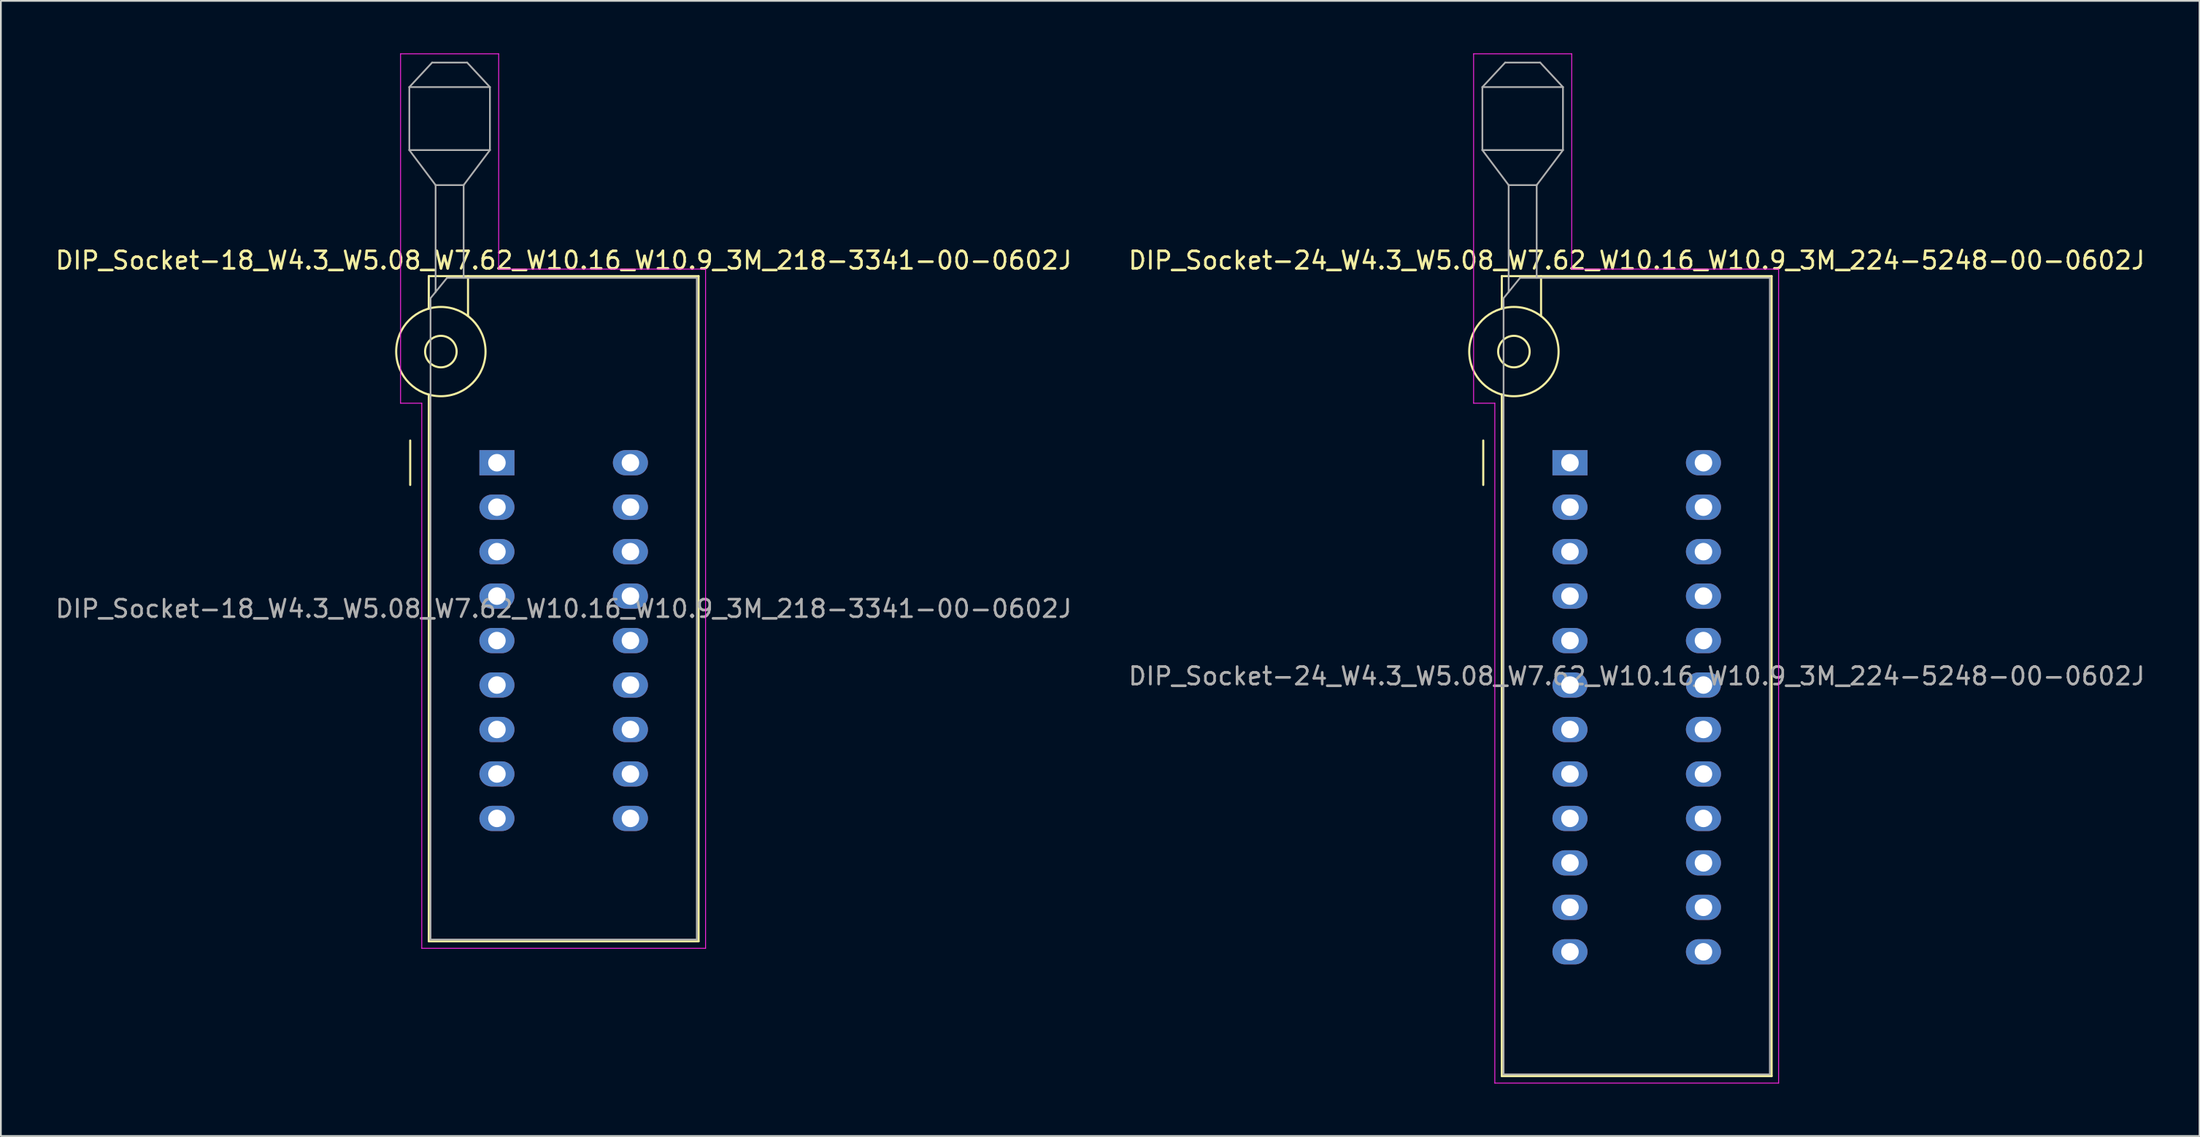
<source format=kicad_pcb>
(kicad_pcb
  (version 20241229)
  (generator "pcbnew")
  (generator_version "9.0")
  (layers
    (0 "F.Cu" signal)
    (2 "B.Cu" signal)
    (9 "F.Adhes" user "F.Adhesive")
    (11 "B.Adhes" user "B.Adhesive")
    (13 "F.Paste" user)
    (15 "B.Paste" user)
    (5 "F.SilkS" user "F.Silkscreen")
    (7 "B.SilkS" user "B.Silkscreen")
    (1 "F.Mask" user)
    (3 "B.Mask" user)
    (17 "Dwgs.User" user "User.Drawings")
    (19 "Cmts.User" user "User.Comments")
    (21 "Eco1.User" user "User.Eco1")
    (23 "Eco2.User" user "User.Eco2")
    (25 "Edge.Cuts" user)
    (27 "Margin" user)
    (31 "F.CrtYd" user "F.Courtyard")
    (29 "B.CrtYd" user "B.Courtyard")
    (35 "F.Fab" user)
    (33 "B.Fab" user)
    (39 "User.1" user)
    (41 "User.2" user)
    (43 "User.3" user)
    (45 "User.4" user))
  (footprint "DIP_Socket-24_W4.3_W5.08_W7.62_W10.16_W10.9_3M_224-5248-00-0602J"
    (layer "F.Cu")
    (at 86.565 23.385)
    (property "Reference" "DIP_Socket-24_W4.3_W5.08_W7.62_W10.16_W10.9_3M_224-5248-00-0602J" (at 3.81 -11.56 0) (layer "F.SilkS") (effects (font (size 1 1) (thickness 0.15))))
    (attr through_hole)
    (fp_line (start -4.95 1.27) (end -4.95 -1.27) (stroke (width 0.12) (type solid)) (layer "F.SilkS"))
    (fp_line (start -3.89 -10.66) (end -3.89 -8.8) (stroke (width 0.12) (type solid)) (layer "F.SilkS"))
    (fp_line (start -3.89 -3.9) (end -3.89 35.04) (stroke (width 0.12) (type solid)) (layer "F.SilkS"))
    (fp_line (start -3.89 35.04) (end 11.51 35.04) (stroke (width 0.12) (type solid)) (layer "F.SilkS"))
    (fp_line (start -1.65 -10.66) (end -1.65 -8.4) (stroke (width 0.12) (type solid)) (layer "F.SilkS"))
    (fp_line (start 11.51 -10.66) (end -3.89 -10.66) (stroke (width 0.12) (type solid)) (layer "F.SilkS"))
    (fp_line (start 11.51 35.04) (end 11.51 -10.66) (stroke (width 0.12) (type solid)) (layer "F.SilkS"))
    (fp_circle (center -3.2 -6.35) (end -2.3 -6.35) (stroke (width 0.12) (type solid)) (fill no) (layer "F.SilkS"))
    (fp_circle (center -3.2 -6.35) (end -0.65 -6.35) (stroke (width 0.12) (type solid)) (fill no) (layer "F.SilkS"))
    (fp_line (start -5.5 -23.36) (end 0.1 -23.36) (stroke (width 0.05) (type solid)) (layer "F.CrtYd"))
    (fp_line (start -5.5 -3.4) (end -5.5 -23.36) (stroke (width 0.05) (type solid)) (layer "F.CrtYd"))
    (fp_line (start -4.29 -3.4) (end -5.5 -3.4) (stroke (width 0.05) (type solid)) (layer "F.CrtYd"))
    (fp_line (start -4.29 35.44) (end -4.29 -3.4) (stroke (width 0.05) (type solid)) (layer "F.CrtYd"))
    (fp_line (start 0.1 -23.36) (end 0.1 -11.06) (stroke (width 0.05) (type solid)) (layer "F.CrtYd"))
    (fp_line (start 0.1 -11.06) (end 11.91 -11.06) (stroke (width 0.05) (type solid)) (layer "F.CrtYd"))
    (fp_line (start 11.91 -11.06) (end 11.91 35.44) (stroke (width 0.05) (type solid)) (layer "F.CrtYd"))
    (fp_line (start 11.91 35.44) (end -4.29 35.44) (stroke (width 0.05) (type solid)) (layer "F.CrtYd"))
    (fp_line (start -5 -21.46) (end -5 -17.86) (stroke (width 0.1) (type solid)) (layer "F.Fab"))
    (fp_line (start -5 -21.46) (end -3.7 -22.86) (stroke (width 0.1) (type solid)) (layer "F.Fab"))
    (fp_line (start -5 -17.86) (end -3.5 -15.86) (stroke (width 0.1) (type solid)) (layer "F.Fab"))
    (fp_line (start -5 -17.86) (end -0.4 -17.86) (stroke (width 0.1) (type solid)) (layer "F.Fab"))
    (fp_line (start -3.79 -9.4) (end -2.85 -10.56) (stroke (width 0.1) (type solid)) (layer "F.Fab"))
    (fp_line (start -3.79 34.94) (end -3.79 -9.4) (stroke (width 0.1) (type solid)) (layer "F.Fab"))
    (fp_line (start -3.7 -22.86) (end -1.7 -22.86) (stroke (width 0.1) (type solid)) (layer "F.Fab"))
    (fp_line (start -3.5 -15.86) (end -1.9 -15.86) (stroke (width 0.1) (type solid)) (layer "F.Fab"))
    (fp_line (start -3.5 -9.75) (end -3.5 -15.86) (stroke (width 0.1) (type solid)) (layer "F.Fab"))
    (fp_line (start -2.85 -10.56) (end 11.41 -10.56) (stroke (width 0.1) (type solid)) (layer "F.Fab"))
    (fp_line (start -1.9 -15.86) (end -1.9 -10.56) (stroke (width 0.1) (type solid)) (layer "F.Fab"))
    (fp_line (start -1.7 -22.86) (end -0.4 -21.46) (stroke (width 0.1) (type solid)) (layer "F.Fab"))
    (fp_line (start -0.4 -21.46) (end -5 -21.46) (stroke (width 0.1) (type solid)) (layer "F.Fab"))
    (fp_line (start -0.4 -17.86) (end -1.9 -15.86) (stroke (width 0.1) (type solid)) (layer "F.Fab"))
    (fp_line (start -0.4 -17.86) (end -0.4 -21.46) (stroke (width 0.1) (type solid)) (layer "F.Fab"))
    (fp_line (start 11.41 -10.56) (end 11.41 34.94) (stroke (width 0.1) (type solid)) (layer "F.Fab"))
    (fp_line (start 11.41 34.94) (end -3.79 34.94) (stroke (width 0.1) (type solid)) (layer "F.Fab"))
    (fp_text user "${REFERENCE}" (at 3.81 12.19 0) (layer "F.Fab") (effects (font (size 1 1) (thickness 0.15))))
    (pad "1" thru_hole rect (at 0 0) (size 2 1.44) (drill 1) (layers "*.Cu" "*.Mask"))
    (pad "2" thru_hole oval (at 0 2.54) (size 2 1.44) (drill 1) (layers "*.Cu" "*.Mask"))
    (pad "3" thru_hole oval (at 0 5.08) (size 2 1.44) (drill 1) (layers "*.Cu" "*.Mask"))
    (pad "4" thru_hole oval (at 0 7.62) (size 2 1.44) (drill 1) (layers "*.Cu" "*.Mask"))
    (pad "5" thru_hole oval (at 0 10.16) (size 2 1.44) (drill 1) (layers "*.Cu" "*.Mask"))
    (pad "6" thru_hole oval (at 0 12.7) (size 2 1.44) (drill 1) (layers "*.Cu" "*.Mask"))
    (pad "7" thru_hole oval (at 0 15.24) (size 2 1.44) (drill 1) (layers "*.Cu" "*.Mask"))
    (pad "8" thru_hole oval (at 0 17.78) (size 2 1.44) (drill 1) (layers "*.Cu" "*.Mask"))
    (pad "9" thru_hole oval (at 0 20.32) (size 2 1.44) (drill 1) (layers "*.Cu" "*.Mask"))
    (pad "10" thru_hole oval (at 0 22.86) (size 2 1.44) (drill 1) (layers "*.Cu" "*.Mask"))
    (pad "11" thru_hole oval (at 0 25.4) (size 2 1.44) (drill 1) (layers "*.Cu" "*.Mask"))
    (pad "12" thru_hole oval (at 0 27.94) (size 2 1.44) (drill 1) (layers "*.Cu" "*.Mask"))
    (pad "13" thru_hole oval (at 7.62 27.94) (size 2 1.44) (drill 1) (layers "*.Cu" "*.Mask"))
    (pad "14" thru_hole oval (at 7.62 25.4) (size 2 1.44) (drill 1) (layers "*.Cu" "*.Mask"))
    (pad "15" thru_hole oval (at 7.62 22.86) (size 2 1.44) (drill 1) (layers "*.Cu" "*.Mask"))
    (pad "16" thru_hole oval (at 7.62 20.32) (size 2 1.44) (drill 1) (layers "*.Cu" "*.Mask"))
    (pad "17" thru_hole oval (at 7.62 17.78) (size 2 1.44) (drill 1) (layers "*.Cu" "*.Mask"))
    (pad "18" thru_hole oval (at 7.62 15.24) (size 2 1.44) (drill 1) (layers "*.Cu" "*.Mask"))
    (pad "19" thru_hole oval (at 7.62 12.7) (size 2 1.44) (drill 1) (layers "*.Cu" "*.Mask"))
    (pad "20" thru_hole oval (at 7.62 10.16) (size 2 1.44) (drill 1) (layers "*.Cu" "*.Mask"))
    (pad "21" thru_hole oval (at 7.62 7.62) (size 2 1.44) (drill 1) (layers "*.Cu" "*.Mask"))
    (pad "22" thru_hole oval (at 7.62 5.08) (size 2 1.44) (drill 1) (layers "*.Cu" "*.Mask"))
    (pad "23" thru_hole oval (at 7.62 2.54) (size 2 1.44) (drill 1) (layers "*.Cu" "*.Mask"))
    (pad "24" thru_hole oval (at 7.62 0) (size 2 1.44) (drill 1) (layers "*.Cu" "*.Mask")))
  (footprint "DIP_Socket-18_W4.3_W5.08_W7.62_W10.16_W10.9_3M_218-3341-00-0602J"
    (layer "F.Cu")
    (at 25.315 23.385)
    (property "Reference" "DIP_Socket-18_W4.3_W5.08_W7.62_W10.16_W10.9_3M_218-3341-00-0602J" (at 3.81 -11.56 0) (layer "F.SilkS") (effects (font (size 1 1) (thickness 0.15))))
    (attr through_hole)
    (fp_line (start -4.95 1.27) (end -4.95 -1.27) (stroke (width 0.12) (type solid)) (layer "F.SilkS"))
    (fp_line (start -3.89 -10.66) (end -3.89 -8.8) (stroke (width 0.12) (type solid)) (layer "F.SilkS"))
    (fp_line (start -3.89 -3.9) (end -3.89 27.34) (stroke (width 0.12) (type solid)) (layer "F.SilkS"))
    (fp_line (start -3.89 27.34) (end 11.51 27.34) (stroke (width 0.12) (type solid)) (layer "F.SilkS"))
    (fp_line (start -1.65 -10.66) (end -1.65 -8.4) (stroke (width 0.12) (type solid)) (layer "F.SilkS"))
    (fp_line (start 11.51 -10.66) (end -3.89 -10.66) (stroke (width 0.12) (type solid)) (layer "F.SilkS"))
    (fp_line (start 11.51 27.34) (end 11.51 -10.66) (stroke (width 0.12) (type solid)) (layer "F.SilkS"))
    (fp_circle (center -3.2 -6.35) (end -2.3 -6.35) (stroke (width 0.12) (type solid)) (fill no) (layer "F.SilkS"))
    (fp_circle (center -3.2 -6.35) (end -0.65 -6.35) (stroke (width 0.12) (type solid)) (fill no) (layer "F.SilkS"))
    (fp_line (start -5.5 -23.36) (end 0.1 -23.36) (stroke (width 0.05) (type solid)) (layer "F.CrtYd"))
    (fp_line (start -5.5 -3.4) (end -5.5 -23.36) (stroke (width 0.05) (type solid)) (layer "F.CrtYd"))
    (fp_line (start -4.29 -3.4) (end -5.5 -3.4) (stroke (width 0.05) (type solid)) (layer "F.CrtYd"))
    (fp_line (start -4.29 27.74) (end -4.29 -3.4) (stroke (width 0.05) (type solid)) (layer "F.CrtYd"))
    (fp_line (start 0.1 -23.36) (end 0.1 -11.06) (stroke (width 0.05) (type solid)) (layer "F.CrtYd"))
    (fp_line (start 0.1 -11.06) (end 11.91 -11.06) (stroke (width 0.05) (type solid)) (layer "F.CrtYd"))
    (fp_line (start 11.91 -11.06) (end 11.91 27.74) (stroke (width 0.05) (type solid)) (layer "F.CrtYd"))
    (fp_line (start 11.91 27.74) (end -4.29 27.74) (stroke (width 0.05) (type solid)) (layer "F.CrtYd"))
    (fp_line (start -5 -21.46) (end -5 -17.86) (stroke (width 0.1) (type solid)) (layer "F.Fab"))
    (fp_line (start -5 -21.46) (end -3.7 -22.86) (stroke (width 0.1) (type solid)) (layer "F.Fab"))
    (fp_line (start -5 -17.86) (end -3.5 -15.86) (stroke (width 0.1) (type solid)) (layer "F.Fab"))
    (fp_line (start -5 -17.86) (end -0.4 -17.86) (stroke (width 0.1) (type solid)) (layer "F.Fab"))
    (fp_line (start -3.79 -9.4) (end -2.85 -10.56) (stroke (width 0.1) (type solid)) (layer "F.Fab"))
    (fp_line (start -3.79 27.24) (end -3.79 -9.4) (stroke (width 0.1) (type solid)) (layer "F.Fab"))
    (fp_line (start -3.7 -22.86) (end -1.7 -22.86) (stroke (width 0.1) (type solid)) (layer "F.Fab"))
    (fp_line (start -3.5 -15.86) (end -1.9 -15.86) (stroke (width 0.1) (type solid)) (layer "F.Fab"))
    (fp_line (start -3.5 -9.75) (end -3.5 -15.86) (stroke (width 0.1) (type solid)) (layer "F.Fab"))
    (fp_line (start -2.85 -10.56) (end 11.41 -10.56) (stroke (width 0.1) (type solid)) (layer "F.Fab"))
    (fp_line (start -1.9 -15.86) (end -1.9 -10.56) (stroke (width 0.1) (type solid)) (layer "F.Fab"))
    (fp_line (start -1.7 -22.86) (end -0.4 -21.46) (stroke (width 0.1) (type solid)) (layer "F.Fab"))
    (fp_line (start -0.4 -21.46) (end -5 -21.46) (stroke (width 0.1) (type solid)) (layer "F.Fab"))
    (fp_line (start -0.4 -17.86) (end -1.9 -15.86) (stroke (width 0.1) (type solid)) (layer "F.Fab"))
    (fp_line (start -0.4 -17.86) (end -0.4 -21.46) (stroke (width 0.1) (type solid)) (layer "F.Fab"))
    (fp_line (start 11.41 -10.56) (end 11.41 27.24) (stroke (width 0.1) (type solid)) (layer "F.Fab"))
    (fp_line (start 11.41 27.24) (end -3.79 27.24) (stroke (width 0.1) (type solid)) (layer "F.Fab"))
    (fp_text user "${REFERENCE}" (at 3.81 8.34 0) (layer "F.Fab") (effects (font (size 1 1) (thickness 0.15))))
    (pad "1" thru_hole rect (at 0 0) (size 2 1.44) (drill 1) (layers "*.Cu" "*.Mask"))
    (pad "2" thru_hole oval (at 0 2.54) (size 2 1.44) (drill 1) (layers "*.Cu" "*.Mask"))
    (pad "3" thru_hole oval (at 0 5.08) (size 2 1.44) (drill 1) (layers "*.Cu" "*.Mask"))
    (pad "4" thru_hole oval (at 0 7.62) (size 2 1.44) (drill 1) (layers "*.Cu" "*.Mask"))
    (pad "5" thru_hole oval (at 0 10.16) (size 2 1.44) (drill 1) (layers "*.Cu" "*.Mask"))
    (pad "6" thru_hole oval (at 0 12.7) (size 2 1.44) (drill 1) (layers "*.Cu" "*.Mask"))
    (pad "7" thru_hole oval (at 0 15.24) (size 2 1.44) (drill 1) (layers "*.Cu" "*.Mask"))
    (pad "8" thru_hole oval (at 0 17.78) (size 2 1.44) (drill 1) (layers "*.Cu" "*.Mask"))
    (pad "9" thru_hole oval (at 0 20.32) (size 2 1.44) (drill 1) (layers "*.Cu" "*.Mask"))
    (pad "10" thru_hole oval (at 7.62 20.32) (size 2 1.44) (drill 1) (layers "*.Cu" "*.Mask"))
    (pad "11" thru_hole oval (at 7.62 17.78) (size 2 1.44) (drill 1) (layers "*.Cu" "*.Mask"))
    (pad "12" thru_hole oval (at 7.62 15.24) (size 2 1.44) (drill 1) (layers "*.Cu" "*.Mask"))
    (pad "13" thru_hole oval (at 7.62 12.7) (size 2 1.44) (drill 1) (layers "*.Cu" "*.Mask"))
    (pad "14" thru_hole oval (at 7.62 10.16) (size 2 1.44) (drill 1) (layers "*.Cu" "*.Mask"))
    (pad "15" thru_hole oval (at 7.62 7.62) (size 2 1.44) (drill 1) (layers "*.Cu" "*.Mask"))
    (pad "16" thru_hole oval (at 7.62 5.08) (size 2 1.44) (drill 1) (layers "*.Cu" "*.Mask"))
    (pad "17" thru_hole oval (at 7.62 2.54) (size 2 1.44) (drill 1) (layers "*.Cu" "*.Mask"))
    (pad "18" thru_hole oval (at 7.62 0) (size 2 1.44) (drill 1) (layers "*.Cu" "*.Mask")))
  (gr_rect
    (start -3 -3)
    (end 122.5 61.85)
    (stroke (width 0.1) (type default))
    (fill no)
    (layer "Edge.Cuts")))
</source>
